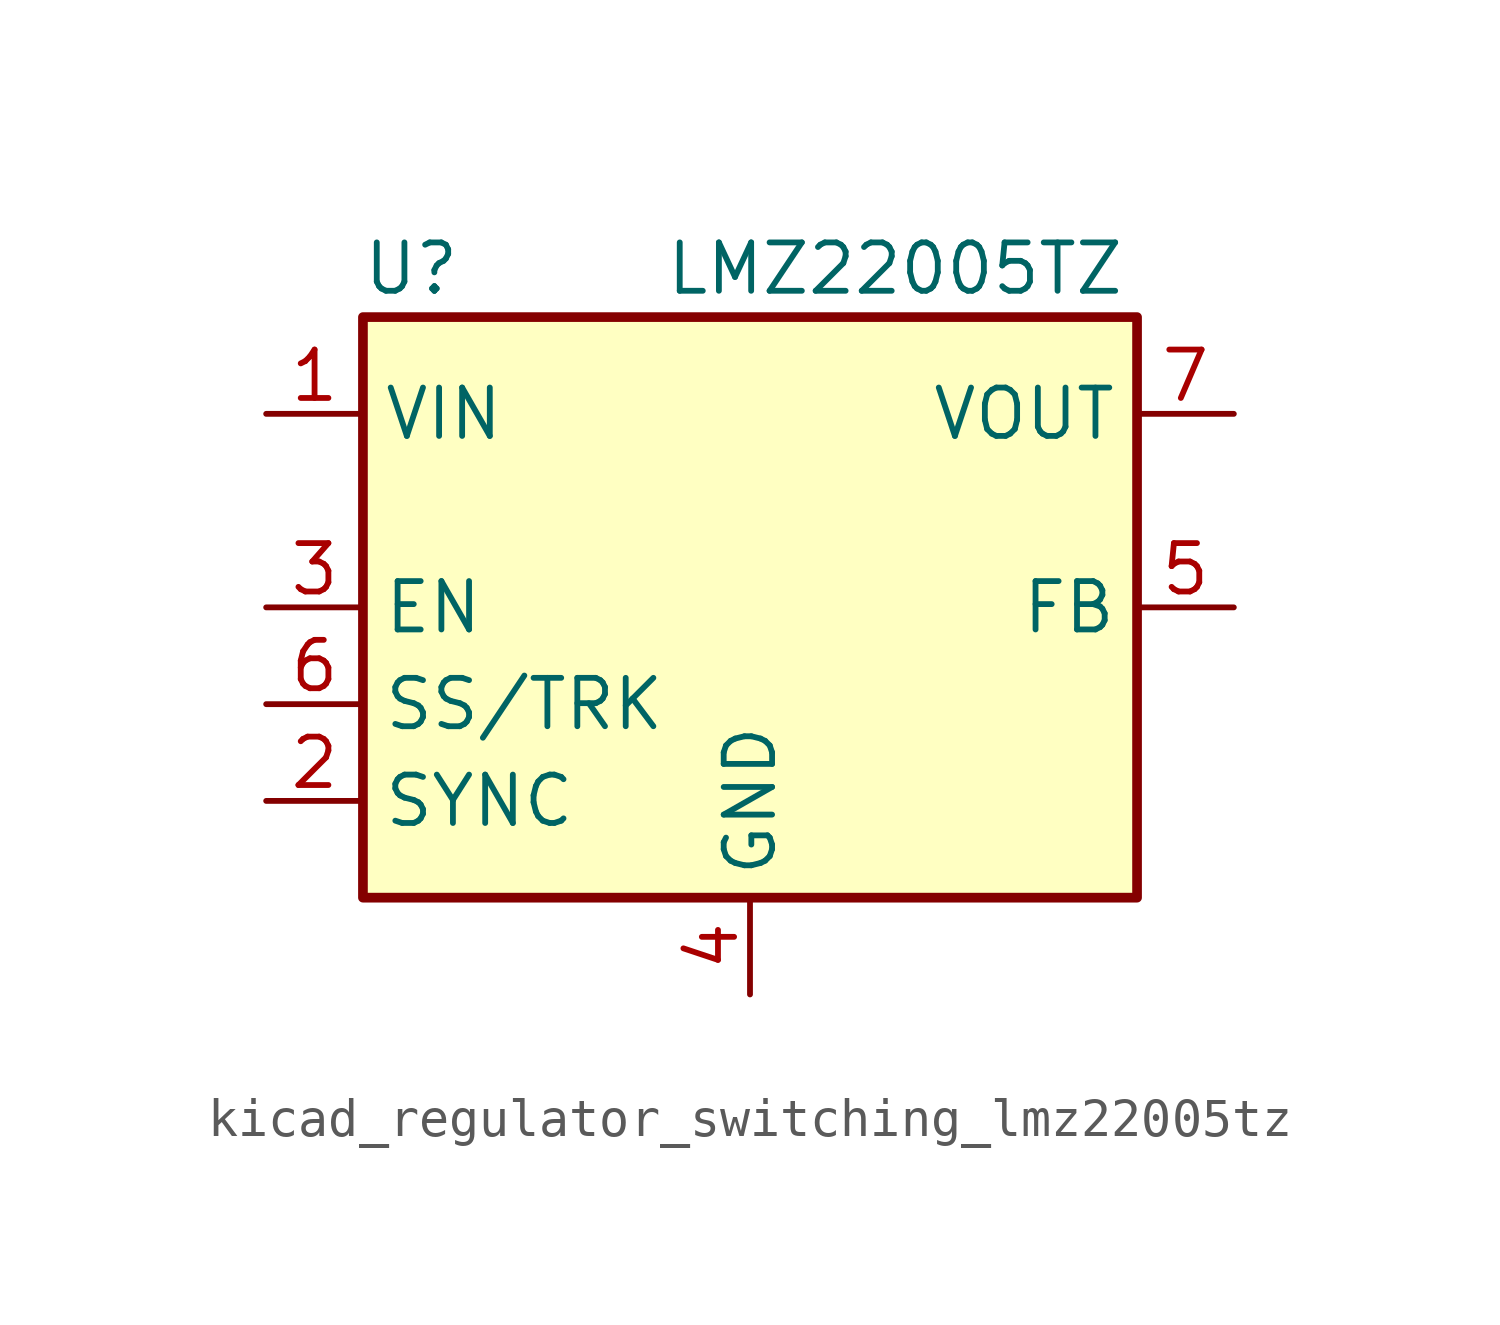
<source format=kicad_sym>
(kicad_symbol_lib
  (version 20220914)
  (generator kicad_symbol_editor)
  (symbol "kicad_regulator_switching_lmz22005tz"
    (property "Reference" "U"
      (at -8.89 8.89 0)
      (effects (font (size 1.27 1.27))))
    (property "Value" "LMZ22005TZ"
      (at 3.81 8.89 0)
      (effects (font (size 1.27 1.27))))
    (symbol "kicad_regulator_switching_lmz22005tz_0_1"
      (rectangle (start -10.16 7.62) (end 10.16 -7.62) (stroke (width 0.254) (type default)) (fill (type background))))
    (symbol "kicad_regulator_switching_lmz22005tz_1_1"
      (pin power_in line (at -12.7 5.08 0) (length 2.54) (name "VIN" (effects (font (size 1.27 1.27)))) (number "1" (effects (font (size 1.27 1.27)))))
      (pin input line (at -12.7 -5.08 0) (length 2.54) (name "SYNC" (effects (font (size 1.27 1.27)))) (number "2" (effects (font (size 1.27 1.27)))))
      (pin input line (at -12.7 0 0) (length 2.54) (name "EN" (effects (font (size 1.27 1.27)))) (number "3" (effects (font (size 1.27 1.27)))))
      (pin power_in line (at 0 -10.16 90) (length 2.54) (name "GND" (effects (font (size 1.27 1.27)))) (number "4" (effects (font (size 1.27 1.27)))))
      (pin input line (at 12.7 0 180) (length 2.54) (name "FB" (effects (font (size 1.27 1.27)))) (number "5" (effects (font (size 1.27 1.27)))))
      (pin passive line (at -12.7 -2.54 0) (length 2.54) (name "SS/TRK" (effects (font (size 1.27 1.27)))) (number "6" (effects (font (size 1.27 1.27)))))
      (pin power_out line (at 12.7 5.08 180) (length 2.54) (name "VOUT" (effects (font (size 1.27 1.27)))) (number "7" (effects (font (size 1.27 1.27))))))))
</source>
